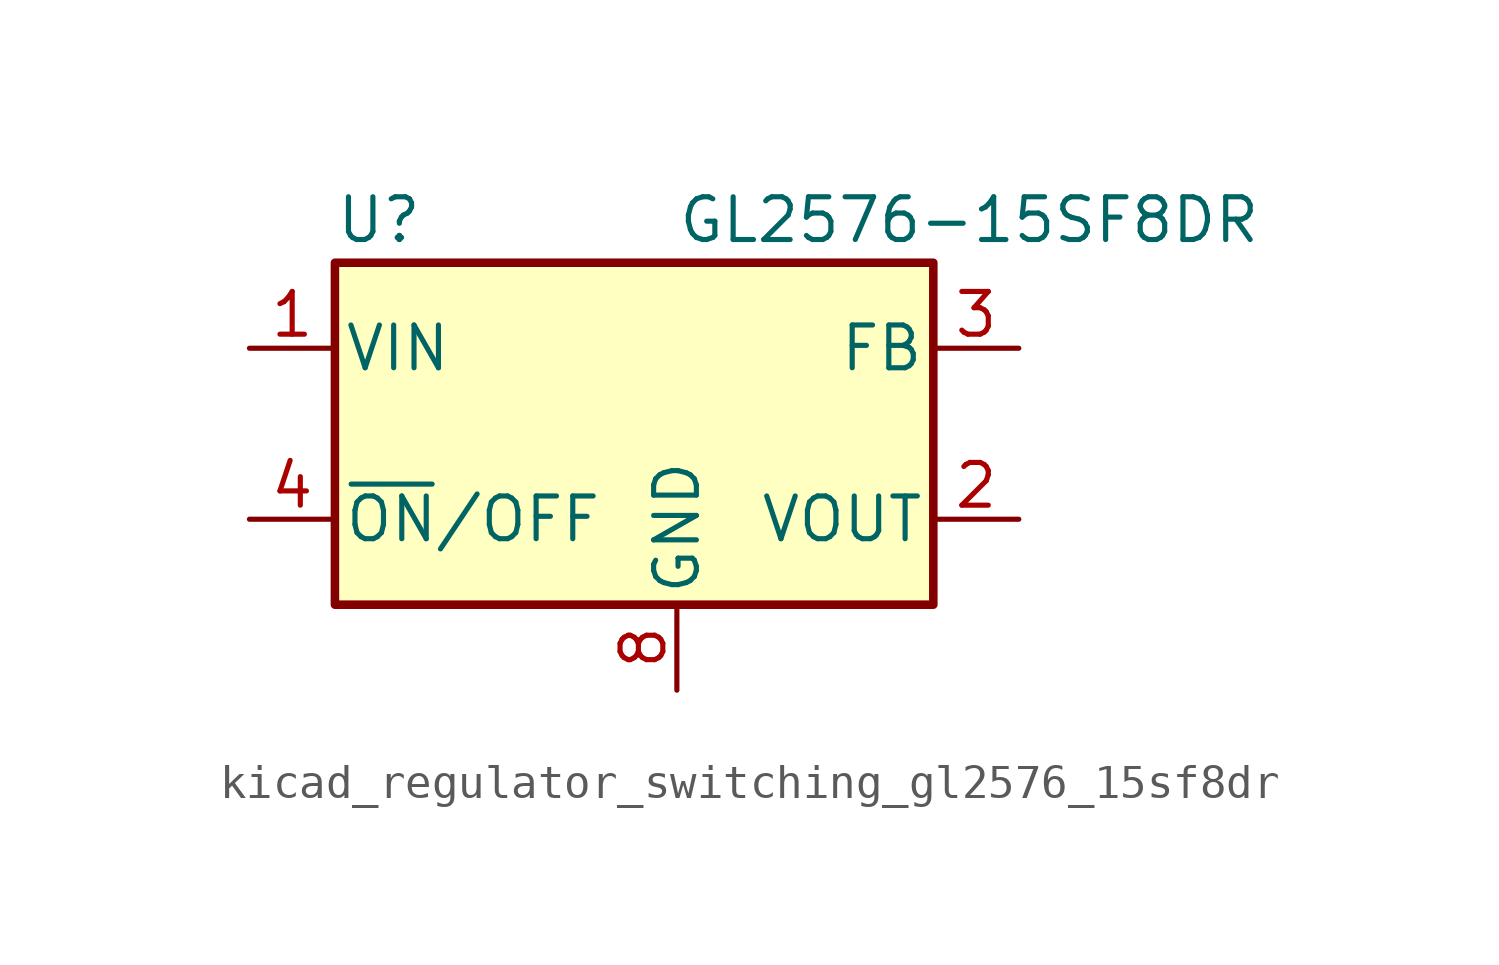
<source format=kicad_sym>
(kicad_symbol_lib
  (version 20220914)
  (generator kicad_symbol_editor)
  (symbol "kicad_regulator_switching_gl2576_15sf8dr"
    (pin_names
      (offset 0.254))
    (property "Reference" "U"
      (at -10.16 6.35 0)
      (effects (font (size 1.27 1.27)) (justify left)))
    (property "Value" "GL2576-15SF8DR"
      (at 0 6.35 0)
      (effects (font (size 1.27 1.27)) (justify left)))
    (symbol "kicad_regulator_switching_gl2576_15sf8dr_0_1"
      (rectangle (start -10.16 5.08) (end 7.62 -5.08) (stroke (width 0.254) (type default)) (fill (type background))))
    (symbol "kicad_regulator_switching_gl2576_15sf8dr_1_1"
      (pin power_in line (at -12.7 2.54 0) (length 2.54) (name "VIN" (effects (font (size 1.27 1.27)))) (number "1" (effects (font (size 1.27 1.27)))))
      (pin output line (at 10.16 -2.54 180) (length 2.54) (name "VOUT" (effects (font (size 1.27 1.27)))) (number "2" (effects (font (size 1.27 1.27)))))
      (pin passive line (at 10.16 2.54 180) (length 2.54) (name "FB" (effects (font (size 1.27 1.27)))) (number "3" (effects (font (size 1.27 1.27)))))
      (pin input line (at -12.7 -2.54 0) (length 2.54) (name "~{ON}/OFF" (effects (font (size 1.27 1.27)))) (number "4" (effects (font (size 1.27 1.27)))))
      (pin passive line (at 0 -7.62 90) (length 2.54) hide (name "GND" (effects (font (size 1.27 1.27)))) (number "5" (effects (font (size 1.27 1.27)))))
      (pin passive line (at 0 -7.62 90) (length 2.54) hide (name "GND" (effects (font (size 1.27 1.27)))) (number "6" (effects (font (size 1.27 1.27)))))
      (pin passive line (at 0 -7.62 90) (length 2.54) hide (name "GND" (effects (font (size 1.27 1.27)))) (number "7" (effects (font (size 1.27 1.27)))))
      (pin power_in line (at 0 -7.62 90) (length 2.54) (name "GND" (effects (font (size 1.27 1.27)))) (number "8" (effects (font (size 1.27 1.27))))))))
</source>
